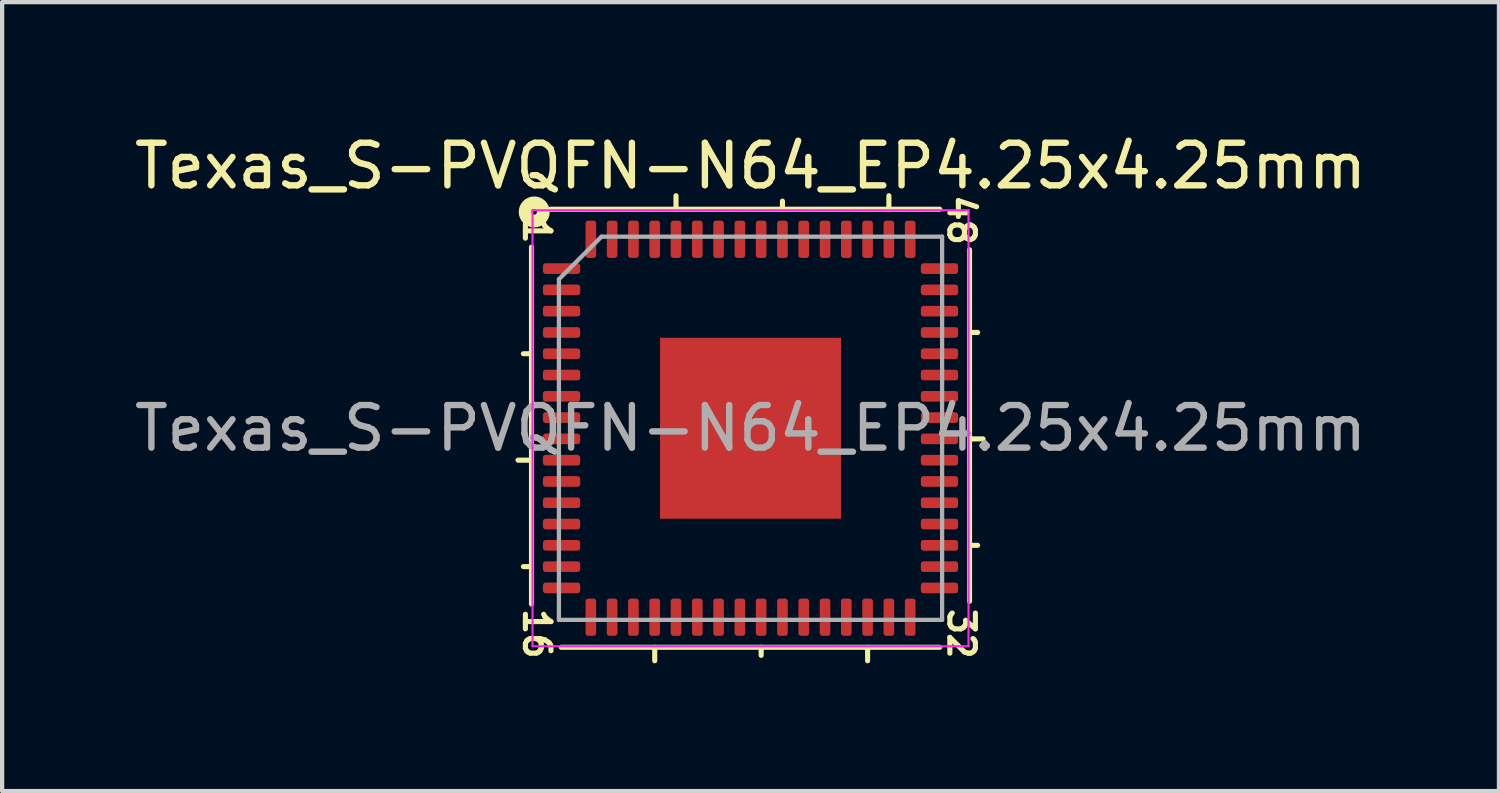
<source format=kicad_pcb>
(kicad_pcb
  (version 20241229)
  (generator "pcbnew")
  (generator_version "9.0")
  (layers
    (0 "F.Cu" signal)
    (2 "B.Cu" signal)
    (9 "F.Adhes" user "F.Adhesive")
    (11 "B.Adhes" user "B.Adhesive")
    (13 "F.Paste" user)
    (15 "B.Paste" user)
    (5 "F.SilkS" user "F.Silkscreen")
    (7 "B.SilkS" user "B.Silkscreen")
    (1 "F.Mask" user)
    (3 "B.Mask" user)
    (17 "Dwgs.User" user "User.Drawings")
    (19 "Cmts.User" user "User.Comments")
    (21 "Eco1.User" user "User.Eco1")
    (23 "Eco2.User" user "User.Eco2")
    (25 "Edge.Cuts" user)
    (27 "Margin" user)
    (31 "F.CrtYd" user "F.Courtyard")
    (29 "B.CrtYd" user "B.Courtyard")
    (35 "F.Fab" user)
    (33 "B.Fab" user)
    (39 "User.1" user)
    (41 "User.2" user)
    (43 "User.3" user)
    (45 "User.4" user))
  (footprint "Texas_S-PVQFN-N64_EP4.25x4.25mm"
    (layer "F.Cu")
    (at 14.577 7.008)
    (property "Reference" "Texas_S-PVQFN-N64_EP4.25x4.25mm" (at 0 -6.16 0) (layer "F.SilkS") (effects (font (size 1 1) (thickness 0.15))))
    (attr smd)
    (fp_line (start -5.144 -4.255) (end -5.144 4.128) (stroke (width 0.12) (type solid)) (layer "F.SilkS"))
    (fp_line (start -5.144 -1.75) (end -5.334 -1.75) (stroke (width 0.12) (type solid)) (layer "F.SilkS"))
    (fp_line (start -5.144 0.75) (end -5.461 0.75) (stroke (width 0.12) (type solid)) (layer "F.SilkS"))
    (fp_line (start -5.144 3.25) (end -5.334 3.25) (stroke (width 0.12) (type solid)) (layer "F.SilkS"))
    (fp_line (start -4.445 5.144) (end 4.445 5.144) (stroke (width 0.12) (type solid)) (layer "F.SilkS"))
    (fp_line (start -2.25 5.461) (end -2.25 5.144) (stroke (width 0.12) (type solid)) (layer "F.SilkS"))
    (fp_line (start -1.75 -5.144) (end -1.75 -5.461) (stroke (width 0.12) (type solid)) (layer "F.SilkS"))
    (fp_line (start 0.25 5.334) (end 0.25 5.144) (stroke (width 0.12) (type solid)) (layer "F.SilkS"))
    (fp_line (start 0.75 -5.144) (end 0.75 -5.334) (stroke (width 0.12) (type solid)) (layer "F.SilkS"))
    (fp_line (start 2.75 5.461) (end 2.75 5.144) (stroke (width 0.12) (type solid)) (layer "F.SilkS"))
    (fp_line (start 3.25 -5.144) (end 3.25 -5.461) (stroke (width 0.12) (type solid)) (layer "F.SilkS"))
    (fp_line (start 4.445 -5.144) (end -4.699 -5.144) (stroke (width 0.12) (type solid)) (layer "F.SilkS"))
    (fp_line (start 5.144 -2.25) (end 5.334 -2.25) (stroke (width 0.12) (type solid)) (layer "F.SilkS"))
    (fp_line (start 5.144 0.25) (end 5.461 0.25) (stroke (width 0.12) (type solid)) (layer "F.SilkS"))
    (fp_line (start 5.144 2.75) (end 5.334 2.75) (stroke (width 0.12) (type solid)) (layer "F.SilkS"))
    (fp_line (start 5.144 4.064) (end 5.144 -4.191) (stroke (width 0.12) (type solid)) (layer "F.SilkS"))
    (fp_circle (center -5.08 -5.08) (end -5.016 -5.08) (stroke (width 0.3) (type solid)) (fill no) (layer "F.SilkS"))
    (fp_line (start -5.12 -5.12) (end -5.12 5.12) (stroke (width 0.05) (type solid)) (layer "F.CrtYd"))
    (fp_line (start -5.12 5.12) (end 5.12 5.12) (stroke (width 0.05) (type solid)) (layer "F.CrtYd"))
    (fp_line (start 5.12 -5.12) (end -5.12 -5.12) (stroke (width 0.05) (type solid)) (layer "F.CrtYd"))
    (fp_line (start 5.12 5.12) (end 5.12 -5.12) (stroke (width 0.05) (type solid)) (layer "F.CrtYd"))
    (fp_line (start -4.5 -3.5) (end -3.5 -4.5) (stroke (width 0.1) (type solid)) (layer "F.Fab"))
    (fp_line (start -4.5 4.5) (end -4.5 -3.5) (stroke (width 0.1) (type solid)) (layer "F.Fab"))
    (fp_line (start -3.5 -4.5) (end 4.5 -4.5) (stroke (width 0.1) (type solid)) (layer "F.Fab"))
    (fp_line (start 4.5 -4.5) (end 4.5 4.5) (stroke (width 0.1) (type solid)) (layer "F.Fab"))
    (fp_line (start 4.5 4.5) (end -4.5 4.5) (stroke (width 0.1) (type solid)) (layer "F.Fab"))
    (fp_text user "32" (at 4.953 4.826 270) (unlocked yes) (layer "F.SilkS") (effects (font (size 0.6 0.6) (thickness 0.12))))
    (fp_text user "48" (at 4.953 -4.889 270) (unlocked yes) (layer "F.SilkS") (effects (font (size 0.6 0.6) (thickness 0.12))))
    (fp_text user "1" (at -5.016 -4.636 270) (unlocked yes) (layer "F.SilkS") (effects (font (size 0.6 0.6) (thickness 0.12))))
    (fp_text user "16" (at -5.016 4.826 270) (unlocked yes) (layer "F.SilkS") (effects (font (size 0.6 0.6) (thickness 0.12))))
    (fp_text user "${REFERENCE}" (at 0 0 0) (layer "F.Fab") (effects (font (size 1 1) (thickness 0.15))))
    (pad "" smd roundrect (at -1.06 -1.06) (size 1.71 1.71) (layers "F.Paste") (roundrect_rratio 0.146))
    (pad "" smd roundrect (at -1.06 1.06) (size 1.71 1.71) (layers "F.Paste") (roundrect_rratio 0.146))
    (pad "" smd roundrect (at 1.06 -1.06) (size 1.71 1.71) (layers "F.Paste") (roundrect_rratio 0.146))
    (pad "" smd roundrect (at 1.06 1.06) (size 1.71 1.71) (layers "F.Paste") (roundrect_rratio 0.146))
    (pad "1" smd roundrect (at -4.438 -3.75) (size 0.875 0.25) (layers "F.Cu" "F.Mask" "F.Paste") (roundrect_rratio 0.25))
    (pad "2" smd roundrect (at -4.438 -3.25) (size 0.875 0.25) (layers "F.Cu" "F.Mask" "F.Paste") (roundrect_rratio 0.25))
    (pad "3" smd roundrect (at -4.438 -2.75) (size 0.875 0.25) (layers "F.Cu" "F.Mask" "F.Paste") (roundrect_rratio 0.25))
    (pad "4" smd roundrect (at -4.438 -2.25) (size 0.875 0.25) (layers "F.Cu" "F.Mask" "F.Paste") (roundrect_rratio 0.25))
    (pad "5" smd roundrect (at -4.438 -1.75) (size 0.875 0.25) (layers "F.Cu" "F.Mask" "F.Paste") (roundrect_rratio 0.25))
    (pad "6" smd roundrect (at -4.438 -1.25) (size 0.875 0.25) (layers "F.Cu" "F.Mask" "F.Paste") (roundrect_rratio 0.25))
    (pad "7" smd roundrect (at -4.438 -0.75) (size 0.875 0.25) (layers "F.Cu" "F.Mask" "F.Paste") (roundrect_rratio 0.25))
    (pad "8" smd roundrect (at -4.438 -0.25) (size 0.875 0.25) (layers "F.Cu" "F.Mask" "F.Paste") (roundrect_rratio 0.25))
    (pad "9" smd roundrect (at -4.438 0.25) (size 0.875 0.25) (layers "F.Cu" "F.Mask" "F.Paste") (roundrect_rratio 0.25))
    (pad "10" smd roundrect (at -4.438 0.75) (size 0.875 0.25) (layers "F.Cu" "F.Mask" "F.Paste") (roundrect_rratio 0.25))
    (pad "11" smd roundrect (at -4.438 1.25) (size 0.875 0.25) (layers "F.Cu" "F.Mask" "F.Paste") (roundrect_rratio 0.25))
    (pad "12" smd roundrect (at -4.438 1.75) (size 0.875 0.25) (layers "F.Cu" "F.Mask" "F.Paste") (roundrect_rratio 0.25))
    (pad "13" smd roundrect (at -4.438 2.25) (size 0.875 0.25) (layers "F.Cu" "F.Mask" "F.Paste") (roundrect_rratio 0.25))
    (pad "14" smd roundrect (at -4.438 2.75) (size 0.875 0.25) (layers "F.Cu" "F.Mask" "F.Paste") (roundrect_rratio 0.25))
    (pad "15" smd roundrect (at -4.438 3.25) (size 0.875 0.25) (layers "F.Cu" "F.Mask" "F.Paste") (roundrect_rratio 0.25))
    (pad "16" smd roundrect (at -4.438 3.75) (size 0.875 0.25) (layers "F.Cu" "F.Mask" "F.Paste") (roundrect_rratio 0.25))
    (pad "17" smd roundrect (at -3.75 4.438) (size 0.25 0.875) (layers "F.Cu" "F.Mask" "F.Paste") (roundrect_rratio 0.25))
    (pad "18" smd roundrect (at -3.25 4.438) (size 0.25 0.875) (layers "F.Cu" "F.Mask" "F.Paste") (roundrect_rratio 0.25))
    (pad "19" smd roundrect (at -2.75 4.438) (size 0.25 0.875) (layers "F.Cu" "F.Mask" "F.Paste") (roundrect_rratio 0.25))
    (pad "20" smd roundrect (at -2.25 4.438) (size 0.25 0.875) (layers "F.Cu" "F.Mask" "F.Paste") (roundrect_rratio 0.25))
    (pad "21" smd roundrect (at -1.75 4.438) (size 0.25 0.875) (layers "F.Cu" "F.Mask" "F.Paste") (roundrect_rratio 0.25))
    (pad "22" smd roundrect (at -1.25 4.438) (size 0.25 0.875) (layers "F.Cu" "F.Mask" "F.Paste") (roundrect_rratio 0.25))
    (pad "23" smd roundrect (at -0.75 4.438) (size 0.25 0.875) (layers "F.Cu" "F.Mask" "F.Paste") (roundrect_rratio 0.25))
    (pad "24" smd roundrect (at -0.25 4.438) (size 0.25 0.875) (layers "F.Cu" "F.Mask" "F.Paste") (roundrect_rratio 0.25))
    (pad "25" smd roundrect (at 0.25 4.438) (size 0.25 0.875) (layers "F.Cu" "F.Mask" "F.Paste") (roundrect_rratio 0.25))
    (pad "26" smd roundrect (at 0.75 4.438) (size 0.25 0.875) (layers "F.Cu" "F.Mask" "F.Paste") (roundrect_rratio 0.25))
    (pad "27" smd roundrect (at 1.25 4.438) (size 0.25 0.875) (layers "F.Cu" "F.Mask" "F.Paste") (roundrect_rratio 0.25))
    (pad "28" smd roundrect (at 1.75 4.438) (size 0.25 0.875) (layers "F.Cu" "F.Mask" "F.Paste") (roundrect_rratio 0.25))
    (pad "29" smd roundrect (at 2.25 4.438) (size 0.25 0.875) (layers "F.Cu" "F.Mask" "F.Paste") (roundrect_rratio 0.25))
    (pad "30" smd roundrect (at 2.75 4.438) (size 0.25 0.875) (layers "F.Cu" "F.Mask" "F.Paste") (roundrect_rratio 0.25))
    (pad "31" smd roundrect (at 3.25 4.438) (size 0.25 0.875) (layers "F.Cu" "F.Mask" "F.Paste") (roundrect_rratio 0.25))
    (pad "32" smd roundrect (at 3.75 4.438) (size 0.25 0.875) (layers "F.Cu" "F.Mask" "F.Paste") (roundrect_rratio 0.25))
    (pad "33" smd roundrect (at 4.438 3.75) (size 0.875 0.25) (layers "F.Cu" "F.Mask" "F.Paste") (roundrect_rratio 0.25))
    (pad "34" smd roundrect (at 4.438 3.25) (size 0.875 0.25) (layers "F.Cu" "F.Mask" "F.Paste") (roundrect_rratio 0.25))
    (pad "35" smd roundrect (at 4.438 2.75) (size 0.875 0.25) (layers "F.Cu" "F.Mask" "F.Paste") (roundrect_rratio 0.25))
    (pad "36" smd roundrect (at 4.438 2.25) (size 0.875 0.25) (layers "F.Cu" "F.Mask" "F.Paste") (roundrect_rratio 0.25))
    (pad "37" smd roundrect (at 4.438 1.75) (size 0.875 0.25) (layers "F.Cu" "F.Mask" "F.Paste") (roundrect_rratio 0.25))
    (pad "38" smd roundrect (at 4.438 1.25) (size 0.875 0.25) (layers "F.Cu" "F.Mask" "F.Paste") (roundrect_rratio 0.25))
    (pad "39" smd roundrect (at 4.438 0.75) (size 0.875 0.25) (layers "F.Cu" "F.Mask" "F.Paste") (roundrect_rratio 0.25))
    (pad "40" smd roundrect (at 4.438 0.25) (size 0.875 0.25) (layers "F.Cu" "F.Mask" "F.Paste") (roundrect_rratio 0.25))
    (pad "41" smd roundrect (at 4.438 -0.25) (size 0.875 0.25) (layers "F.Cu" "F.Mask" "F.Paste") (roundrect_rratio 0.25))
    (pad "42" smd roundrect (at 4.438 -0.75) (size 0.875 0.25) (layers "F.Cu" "F.Mask" "F.Paste") (roundrect_rratio 0.25))
    (pad "43" smd roundrect (at 4.438 -1.25) (size 0.875 0.25) (layers "F.Cu" "F.Mask" "F.Paste") (roundrect_rratio 0.25))
    (pad "44" smd roundrect (at 4.438 -1.75) (size 0.875 0.25) (layers "F.Cu" "F.Mask" "F.Paste") (roundrect_rratio 0.25))
    (pad "45" smd roundrect (at 4.438 -2.25) (size 0.875 0.25) (layers "F.Cu" "F.Mask" "F.Paste") (roundrect_rratio 0.25))
    (pad "46" smd roundrect (at 4.438 -2.75) (size 0.875 0.25) (layers "F.Cu" "F.Mask" "F.Paste") (roundrect_rratio 0.25))
    (pad "47" smd roundrect (at 4.438 -3.25) (size 0.875 0.25) (layers "F.Cu" "F.Mask" "F.Paste") (roundrect_rratio 0.25))
    (pad "48" smd roundrect (at 4.438 -3.75) (size 0.875 0.25) (layers "F.Cu" "F.Mask" "F.Paste") (roundrect_rratio 0.25))
    (pad "49" smd roundrect (at 3.75 -4.438) (size 0.25 0.875) (layers "F.Cu" "F.Mask" "F.Paste") (roundrect_rratio 0.25))
    (pad "50" smd roundrect (at 3.25 -4.438) (size 0.25 0.875) (layers "F.Cu" "F.Mask" "F.Paste") (roundrect_rratio 0.25))
    (pad "51" smd roundrect (at 2.75 -4.438) (size 0.25 0.875) (layers "F.Cu" "F.Mask" "F.Paste") (roundrect_rratio 0.25))
    (pad "52" smd roundrect (at 2.25 -4.438) (size 0.25 0.875) (layers "F.Cu" "F.Mask" "F.Paste") (roundrect_rratio 0.25))
    (pad "53" smd roundrect (at 1.75 -4.438) (size 0.25 0.875) (layers "F.Cu" "F.Mask" "F.Paste") (roundrect_rratio 0.25))
    (pad "54" smd roundrect (at 1.25 -4.438) (size 0.25 0.875) (layers "F.Cu" "F.Mask" "F.Paste") (roundrect_rratio 0.25))
    (pad "55" smd roundrect (at 0.75 -4.438) (size 0.25 0.875) (layers "F.Cu" "F.Mask" "F.Paste") (roundrect_rratio 0.25))
    (pad "56" smd roundrect (at 0.25 -4.438) (size 0.25 0.875) (layers "F.Cu" "F.Mask" "F.Paste") (roundrect_rratio 0.25))
    (pad "57" smd roundrect (at -0.25 -4.438) (size 0.25 0.875) (layers "F.Cu" "F.Mask" "F.Paste") (roundrect_rratio 0.25))
    (pad "58" smd roundrect (at -0.75 -4.438) (size 0.25 0.875) (layers "F.Cu" "F.Mask" "F.Paste") (roundrect_rratio 0.25))
    (pad "59" smd roundrect (at -1.25 -4.438) (size 0.25 0.875) (layers "F.Cu" "F.Mask" "F.Paste") (roundrect_rratio 0.25))
    (pad "60" smd roundrect (at -1.75 -4.438) (size 0.25 0.875) (layers "F.Cu" "F.Mask" "F.Paste") (roundrect_rratio 0.25))
    (pad "61" smd roundrect (at -2.25 -4.438) (size 0.25 0.875) (layers "F.Cu" "F.Mask" "F.Paste") (roundrect_rratio 0.25))
    (pad "62" smd roundrect (at -2.75 -4.438) (size 0.25 0.875) (layers "F.Cu" "F.Mask" "F.Paste") (roundrect_rratio 0.25))
    (pad "63" smd roundrect (at -3.25 -4.438) (size 0.25 0.875) (layers "F.Cu" "F.Mask" "F.Paste") (roundrect_rratio 0.25))
    (pad "64" smd roundrect (at -3.75 -4.438) (size 0.25 0.875) (layers "F.Cu" "F.Mask" "F.Paste") (roundrect_rratio 0.25))
    (pad "65" smd rect (at 0 0) (size 4.25 4.25) (layers "F.Cu" "F.Mask")))
  (gr_rect
    (start -3 -3)
    (end 32.155 15.529)
    (stroke (width 0.1) (type default))
    (fill no)
    (layer "Edge.Cuts")))
</source>
